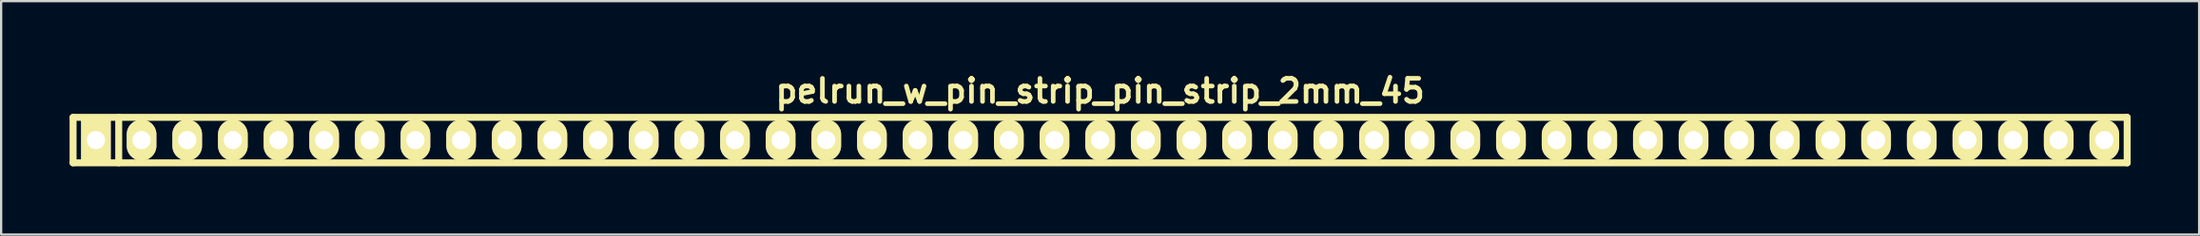
<source format=kicad_pcb>
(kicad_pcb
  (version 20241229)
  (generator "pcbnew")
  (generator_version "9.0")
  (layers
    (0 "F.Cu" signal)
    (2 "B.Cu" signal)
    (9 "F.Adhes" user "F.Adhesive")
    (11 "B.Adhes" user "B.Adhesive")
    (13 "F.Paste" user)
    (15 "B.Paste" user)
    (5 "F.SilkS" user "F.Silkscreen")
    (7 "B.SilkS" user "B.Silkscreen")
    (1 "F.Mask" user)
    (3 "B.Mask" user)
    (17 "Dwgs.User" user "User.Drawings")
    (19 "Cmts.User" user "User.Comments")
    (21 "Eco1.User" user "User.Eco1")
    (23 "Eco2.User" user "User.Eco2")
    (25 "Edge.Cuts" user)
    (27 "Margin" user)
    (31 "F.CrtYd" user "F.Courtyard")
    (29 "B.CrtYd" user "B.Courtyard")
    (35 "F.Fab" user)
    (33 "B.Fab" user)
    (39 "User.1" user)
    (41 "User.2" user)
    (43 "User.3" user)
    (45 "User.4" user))
  (footprint "pelrun_w_pin_strip_pin_strip_2mm_45"
    (layer "F.Cu")
    (at 45.152 3.11)
    (property "Reference" "pelrun_w_pin_strip_pin_strip_2mm_45" (at 0 -2.159 0) (layer "F.SilkS") (effects (font (size 1.016 1.016) (thickness 0.203))))
    (attr through_hole)
    (fp_line (start -45 -1) (end 45 -1) (stroke (width 0.305) (type solid)) (layer "F.SilkS"))
    (fp_line (start -45 1) (end -45 -1) (stroke (width 0.305) (type solid)) (layer "F.SilkS"))
    (fp_line (start -43 -1) (end -43 1) (stroke (width 0.305) (type solid)) (layer "F.SilkS"))
    (fp_line (start 45 -1) (end 45 1) (stroke (width 0.305) (type solid)) (layer "F.SilkS"))
    (fp_line (start 45 1) (end -45 1) (stroke (width 0.305) (type solid)) (layer "F.SilkS"))
    (pad "1" thru_hole rect (at -44 0) (size 1.3 1.8) (drill 0.8) (layers "*.Cu" "*.Mask" "F.SilkS"))
    (pad "2" thru_hole oval (at -42 0) (size 1.3 1.8) (drill 0.8) (layers "*.Cu" "*.Mask" "F.SilkS"))
    (pad "3" thru_hole oval (at -40 0) (size 1.3 1.8) (drill 0.8) (layers "*.Cu" "*.Mask" "F.SilkS"))
    (pad "4" thru_hole oval (at -38 0) (size 1.3 1.8) (drill 0.8) (layers "*.Cu" "*.Mask" "F.SilkS"))
    (pad "5" thru_hole oval (at -36 0) (size 1.3 1.8) (drill 0.8) (layers "*.Cu" "*.Mask" "F.SilkS"))
    (pad "6" thru_hole oval (at -34 0) (size 1.3 1.8) (drill 0.8) (layers "*.Cu" "*.Mask" "F.SilkS"))
    (pad "7" thru_hole oval (at -32 0) (size 1.3 1.8) (drill 0.8) (layers "*.Cu" "*.Mask" "F.SilkS"))
    (pad "8" thru_hole oval (at -30 0) (size 1.3 1.8) (drill 0.8) (layers "*.Cu" "*.Mask" "F.SilkS"))
    (pad "9" thru_hole oval (at -28 0) (size 1.3 1.8) (drill 0.8) (layers "*.Cu" "*.Mask" "F.SilkS"))
    (pad "10" thru_hole oval (at -26 0) (size 1.3 1.8) (drill 0.8) (layers "*.Cu" "*.Mask" "F.SilkS"))
    (pad "11" thru_hole oval (at -24 0) (size 1.3 1.8) (drill 0.8) (layers "*.Cu" "*.Mask" "F.SilkS"))
    (pad "12" thru_hole oval (at -22 0) (size 1.3 1.8) (drill 0.8) (layers "*.Cu" "*.Mask" "F.SilkS"))
    (pad "13" thru_hole oval (at -20 0) (size 1.3 1.8) (drill 0.8) (layers "*.Cu" "*.Mask" "F.SilkS"))
    (pad "14" thru_hole oval (at -18 0) (size 1.3 1.8) (drill 0.8) (layers "*.Cu" "*.Mask" "F.SilkS"))
    (pad "15" thru_hole oval (at -16 0) (size 1.3 1.8) (drill 0.8) (layers "*.Cu" "*.Mask" "F.SilkS"))
    (pad "16" thru_hole oval (at -14 0) (size 1.3 1.8) (drill 0.8) (layers "*.Cu" "*.Mask" "F.SilkS"))
    (pad "17" thru_hole oval (at -12 0) (size 1.3 1.8) (drill 0.8) (layers "*.Cu" "*.Mask" "F.SilkS"))
    (pad "18" thru_hole oval (at -10 0) (size 1.3 1.8) (drill 0.8) (layers "*.Cu" "*.Mask" "F.SilkS"))
    (pad "19" thru_hole oval (at -8 0) (size 1.3 1.8) (drill 0.8) (layers "*.Cu" "*.Mask" "F.SilkS"))
    (pad "20" thru_hole oval (at -6 0) (size 1.3 1.8) (drill 0.8) (layers "*.Cu" "*.Mask" "F.SilkS"))
    (pad "21" thru_hole oval (at -4 0) (size 1.3 1.8) (drill 0.8) (layers "*.Cu" "*.Mask" "F.SilkS"))
    (pad "22" thru_hole oval (at -2 0) (size 1.3 1.8) (drill 0.8) (layers "*.Cu" "*.Mask" "F.SilkS"))
    (pad "23" thru_hole oval (at 0 0) (size 1.3 1.8) (drill 0.8) (layers "*.Cu" "*.Mask" "F.SilkS"))
    (pad "24" thru_hole oval (at 2 0) (size 1.3 1.8) (drill 0.8) (layers "*.Cu" "*.Mask" "F.SilkS"))
    (pad "25" thru_hole oval (at 4 0) (size 1.3 1.8) (drill 0.8) (layers "*.Cu" "*.Mask" "F.SilkS"))
    (pad "26" thru_hole oval (at 6 0) (size 1.3 1.8) (drill 0.8) (layers "*.Cu" "*.Mask" "F.SilkS"))
    (pad "27" thru_hole oval (at 8 0) (size 1.3 1.8) (drill 0.8) (layers "*.Cu" "*.Mask" "F.SilkS"))
    (pad "28" thru_hole oval (at 10 0) (size 1.3 1.8) (drill 0.8) (layers "*.Cu" "*.Mask" "F.SilkS"))
    (pad "29" thru_hole oval (at 12 0) (size 1.3 1.8) (drill 0.8) (layers "*.Cu" "*.Mask" "F.SilkS"))
    (pad "30" thru_hole oval (at 14 0) (size 1.3 1.8) (drill 0.8) (layers "*.Cu" "*.Mask" "F.SilkS"))
    (pad "31" thru_hole oval (at 16 0) (size 1.3 1.8) (drill 0.8) (layers "*.Cu" "*.Mask" "F.SilkS"))
    (pad "32" thru_hole oval (at 18 0) (size 1.3 1.8) (drill 0.8) (layers "*.Cu" "*.Mask" "F.SilkS"))
    (pad "33" thru_hole oval (at 20 0) (size 1.3 1.8) (drill 0.8) (layers "*.Cu" "*.Mask" "F.SilkS"))
    (pad "34" thru_hole oval (at 22 0) (size 1.3 1.8) (drill 0.8) (layers "*.Cu" "*.Mask" "F.SilkS"))
    (pad "35" thru_hole oval (at 24 0) (size 1.3 1.8) (drill 0.8) (layers "*.Cu" "*.Mask" "F.SilkS"))
    (pad "36" thru_hole oval (at 26 0) (size 1.3 1.8) (drill 0.8) (layers "*.Cu" "*.Mask" "F.SilkS"))
    (pad "37" thru_hole oval (at 28 0) (size 1.3 1.8) (drill 0.8) (layers "*.Cu" "*.Mask" "F.SilkS"))
    (pad "38" thru_hole oval (at 30 0) (size 1.3 1.8) (drill 0.8) (layers "*.Cu" "*.Mask" "F.SilkS"))
    (pad "39" thru_hole oval (at 32 0) (size 1.3 1.8) (drill 0.8) (layers "*.Cu" "*.Mask" "F.SilkS"))
    (pad "40" thru_hole oval (at 34 0) (size 1.3 1.8) (drill 0.8) (layers "*.Cu" "*.Mask" "F.SilkS"))
    (pad "41" thru_hole oval (at 36 0) (size 1.3 1.8) (drill 0.8) (layers "*.Cu" "*.Mask" "F.SilkS"))
    (pad "42" thru_hole oval (at 38 0) (size 1.3 1.8) (drill 0.8) (layers "*.Cu" "*.Mask" "F.SilkS"))
    (pad "43" thru_hole oval (at 40 0) (size 1.3 1.8) (drill 0.8) (layers "*.Cu" "*.Mask" "F.SilkS"))
    (pad "44" thru_hole oval (at 42 0) (size 1.3 1.8) (drill 0.8) (layers "*.Cu" "*.Mask" "F.SilkS"))
    (pad "45" thru_hole oval (at 44 0) (size 1.3 1.8) (drill 0.8) (layers "*.Cu" "*.Mask" "F.SilkS")))
  (gr_rect
    (start -3 -3)
    (end 93.305 7.262)
    (stroke (width 0.1) (type default))
    (fill no)
    (layer "Edge.Cuts")))
</source>
